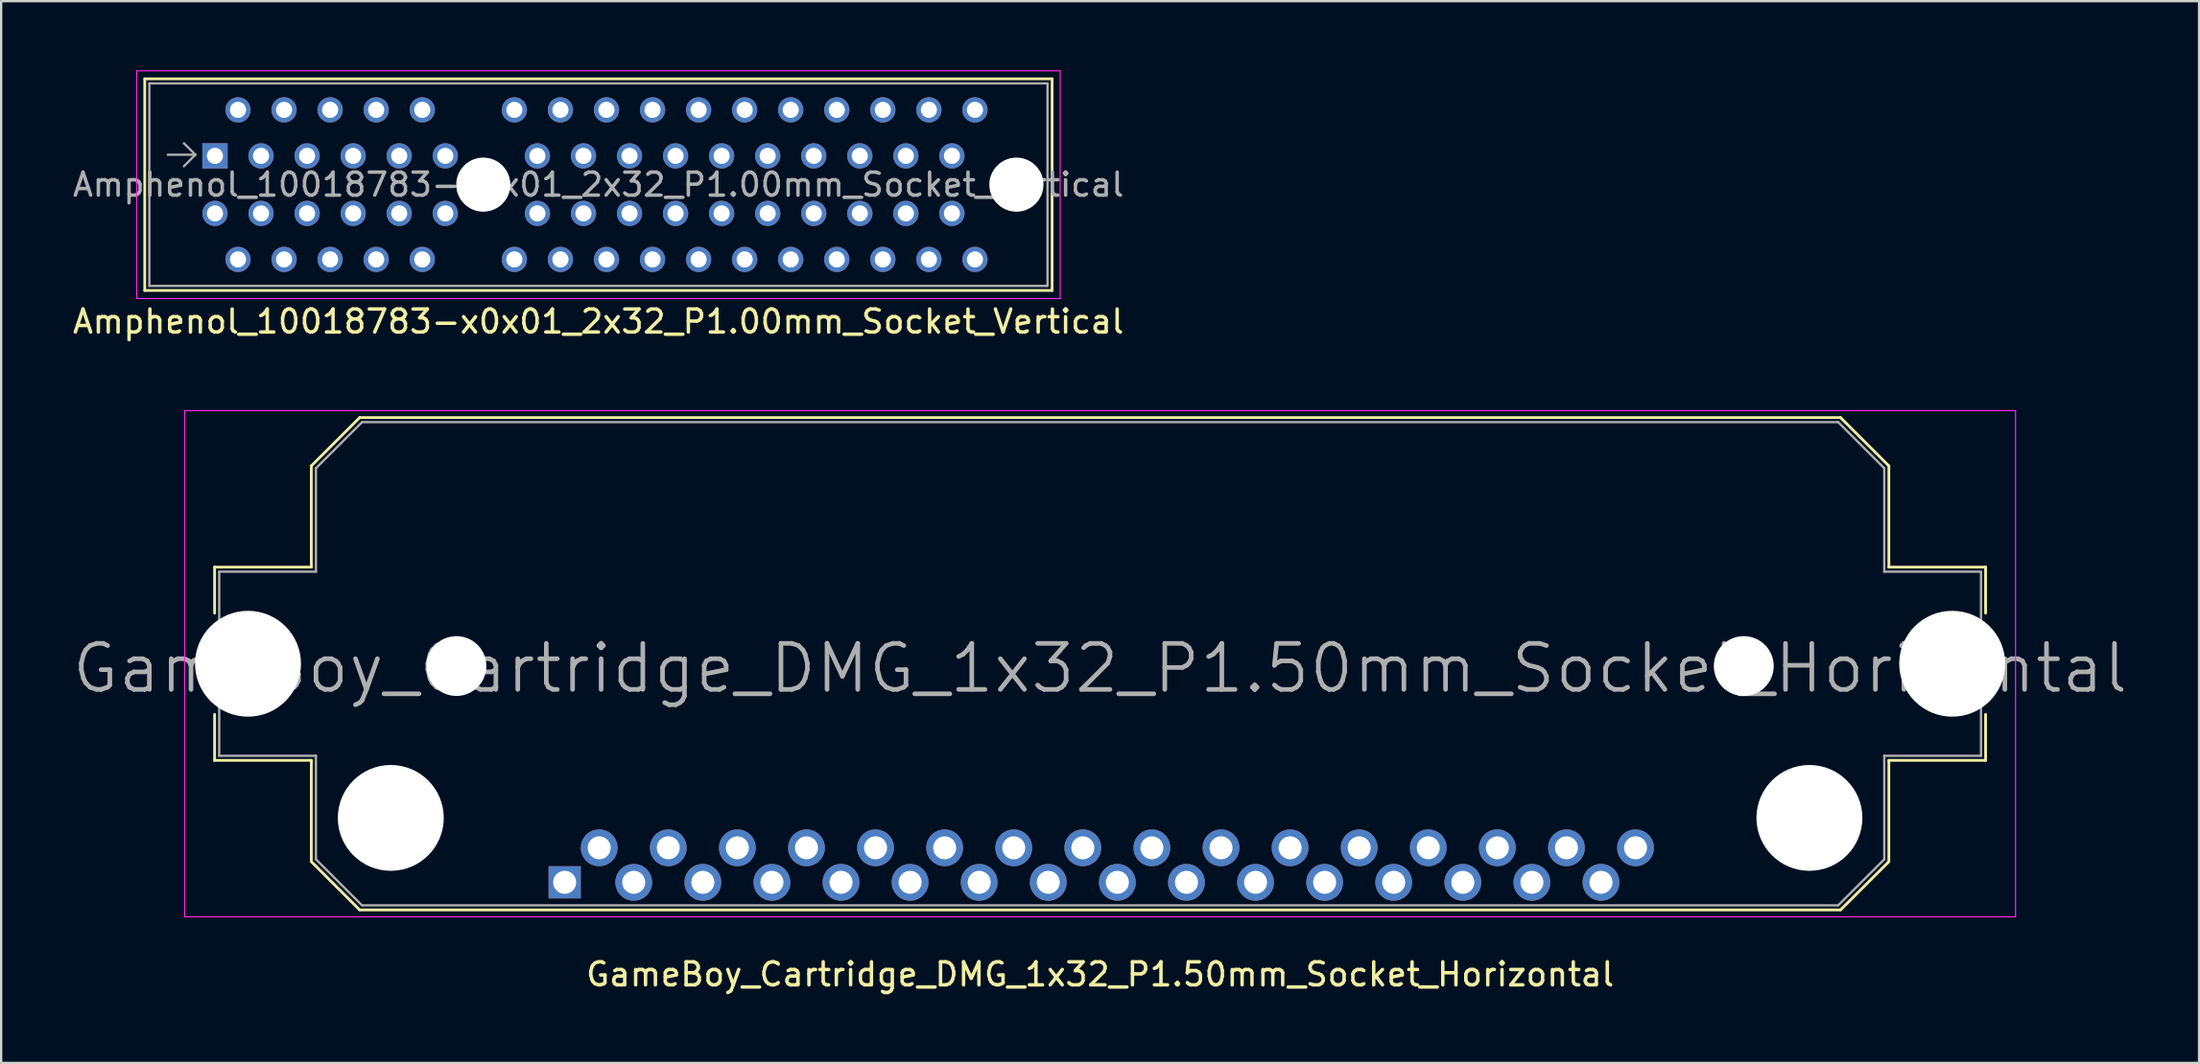
<source format=kicad_pcb>
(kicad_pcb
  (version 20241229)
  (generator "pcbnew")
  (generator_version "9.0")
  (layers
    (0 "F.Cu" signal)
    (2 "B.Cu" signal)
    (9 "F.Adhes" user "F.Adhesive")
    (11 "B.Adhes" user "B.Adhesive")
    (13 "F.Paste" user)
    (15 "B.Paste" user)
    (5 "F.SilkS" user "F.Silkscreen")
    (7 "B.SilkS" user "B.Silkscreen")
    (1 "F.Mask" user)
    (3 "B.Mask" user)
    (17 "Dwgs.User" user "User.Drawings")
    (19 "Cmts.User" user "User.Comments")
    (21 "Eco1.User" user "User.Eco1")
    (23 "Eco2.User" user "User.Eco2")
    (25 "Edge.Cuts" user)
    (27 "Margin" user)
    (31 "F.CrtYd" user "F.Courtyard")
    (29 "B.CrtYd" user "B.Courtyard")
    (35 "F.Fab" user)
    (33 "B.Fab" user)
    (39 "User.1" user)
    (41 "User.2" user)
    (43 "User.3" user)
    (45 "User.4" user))
  (footprint "Amphenol_10018783-x0x01_2x32_P1.00mm_Socket_Vertical"
    (layer "F.Cu")
    (at 6.285 3.725)
    (property "Reference" "Amphenol_10018783-x0x01_2x32_P1.00mm_Socket_Vertical" (at 16.65 7.2 0) (layer "F.SilkS") (effects (font (size 1 1) (thickness 0.15))))
    (attr through_hole)
    (fp_line (start -3.05 -3.35) (end -3.05 5.85) (stroke (width 0.12) (type solid)) (layer "F.SilkS"))
    (fp_line (start -3.05 5.85) (end 36.35 5.85) (stroke (width 0.12) (type solid)) (layer "F.SilkS"))
    (fp_line (start 36.35 -3.35) (end -3.05 -3.35) (stroke (width 0.12) (type solid)) (layer "F.SilkS"))
    (fp_line (start 36.35 5.85) (end 36.35 -3.35) (stroke (width 0.12) (type solid)) (layer "F.SilkS"))
    (fp_line (start -3.4 -3.7) (end -3.4 6.2) (stroke (width 0.05) (type solid)) (layer "F.CrtYd"))
    (fp_line (start -3.4 6.2) (end 36.7 6.2) (stroke (width 0.05) (type solid)) (layer "F.CrtYd"))
    (fp_line (start 36.7 -3.7) (end -3.4 -3.7) (stroke (width 0.05) (type solid)) (layer "F.CrtYd"))
    (fp_line (start 36.7 6.2) (end 36.7 -3.7) (stroke (width 0.05) (type solid)) (layer "F.CrtYd"))
    (fp_line (start -2.85 -3.15) (end -2.85 5.65) (stroke (width 0.1) (type solid)) (layer "F.Fab"))
    (fp_line (start -0.85 -0.05) (end -2.05 -0.05) (stroke (width 0.1) (type solid)) (layer "F.Fab"))
    (fp_line (start -0.85 -0.05) (end -1.35 -0.55) (stroke (width 0.1) (type solid)) (layer "F.Fab"))
    (fp_line (start -0.85 -0.05) (end -1.35 0.45) (stroke (width 0.1) (type solid)) (layer "F.Fab"))
    (fp_line (start 36.15 -3.15) (end -2.85 -3.15) (stroke (width 0.1) (type solid)) (layer "F.Fab"))
    (fp_line (start 36.15 -3.15) (end 36.15 5.65) (stroke (width 0.1) (type solid)) (layer "F.Fab"))
    (fp_line (start 36.15 5.65) (end -2.85 5.65) (stroke (width 0.1) (type solid)) (layer "F.Fab"))
    (fp_text user "${REFERENCE}" (at 16.65 1.25 0) (layer "F.Fab") (effects (font (size 1 1) (thickness 0.15))))
    (pad "" np_thru_hole circle (at 11.65 1.25) (size 2.35 2.35) (drill 2.35) (layers "*.Cu" "*.Mask"))
    (pad "" np_thru_hole circle (at 34.8 1.25) (size 2.35 2.35) (drill 2.35) (layers "*.Cu" "*.Mask"))
    (pad "A1" thru_hole rect (at 0 0) (size 1.1 1.1) (drill 0.7) (layers "*.Cu" "*.Mask"))
    (pad "A2" thru_hole circle (at 1 -2) (size 1.1 1.1) (drill 0.7) (layers "*.Cu" "*.Mask"))
    (pad "A3" thru_hole circle (at 2 0) (size 1.1 1.1) (drill 0.7) (layers "*.Cu" "*.Mask"))
    (pad "A4" thru_hole circle (at 3 -2) (size 1.1 1.1) (drill 0.7) (layers "*.Cu" "*.Mask"))
    (pad "A5" thru_hole circle (at 4 0) (size 1.1 1.1) (drill 0.7) (layers "*.Cu" "*.Mask"))
    (pad "A6" thru_hole circle (at 5 -2) (size 1.1 1.1) (drill 0.7) (layers "*.Cu" "*.Mask"))
    (pad "A7" thru_hole circle (at 6 0) (size 1.1 1.1) (drill 0.7) (layers "*.Cu" "*.Mask"))
    (pad "A8" thru_hole circle (at 7 -2) (size 1.1 1.1) (drill 0.7) (layers "*.Cu" "*.Mask"))
    (pad "A9" thru_hole circle (at 8 0) (size 1.1 1.1) (drill 0.7) (layers "*.Cu" "*.Mask"))
    (pad "A10" thru_hole circle (at 9 -2) (size 1.1 1.1) (drill 0.7) (layers "*.Cu" "*.Mask"))
    (pad "A11" thru_hole circle (at 10 0) (size 1.1 1.1) (drill 0.7) (layers "*.Cu" "*.Mask"))
    (pad "A12" thru_hole circle (at 13 -2) (size 1.1 1.1) (drill 0.7) (layers "*.Cu" "*.Mask"))
    (pad "A13" thru_hole circle (at 14 0) (size 1.1 1.1) (drill 0.7) (layers "*.Cu" "*.Mask"))
    (pad "A14" thru_hole circle (at 15 -2) (size 1.1 1.1) (drill 0.7) (layers "*.Cu" "*.Mask"))
    (pad "A15" thru_hole circle (at 16 0) (size 1.1 1.1) (drill 0.7) (layers "*.Cu" "*.Mask"))
    (pad "A16" thru_hole circle (at 17 -2) (size 1.1 1.1) (drill 0.7) (layers "*.Cu" "*.Mask"))
    (pad "A17" thru_hole circle (at 18 0) (size 1.1 1.1) (drill 0.7) (layers "*.Cu" "*.Mask"))
    (pad "A18" thru_hole circle (at 19 -2) (size 1.1 1.1) (drill 0.7) (layers "*.Cu" "*.Mask"))
    (pad "A19" thru_hole circle (at 20 0) (size 1.1 1.1) (drill 0.7) (layers "*.Cu" "*.Mask"))
    (pad "A20" thru_hole circle (at 21 -2) (size 1.1 1.1) (drill 0.7) (layers "*.Cu" "*.Mask"))
    (pad "A21" thru_hole circle (at 22 0) (size 1.1 1.1) (drill 0.7) (layers "*.Cu" "*.Mask"))
    (pad "A22" thru_hole circle (at 23 -2) (size 1.1 1.1) (drill 0.7) (layers "*.Cu" "*.Mask"))
    (pad "A23" thru_hole circle (at 24 0) (size 1.1 1.1) (drill 0.7) (layers "*.Cu" "*.Mask"))
    (pad "A24" thru_hole circle (at 25 -2) (size 1.1 1.1) (drill 0.7) (layers "*.Cu" "*.Mask"))
    (pad "A25" thru_hole circle (at 26 0) (size 1.1 1.1) (drill 0.7) (layers "*.Cu" "*.Mask"))
    (pad "A26" thru_hole circle (at 27 -2) (size 1.1 1.1) (drill 0.7) (layers "*.Cu" "*.Mask"))
    (pad "A27" thru_hole circle (at 28 0) (size 1.1 1.1) (drill 0.7) (layers "*.Cu" "*.Mask"))
    (pad "A28" thru_hole circle (at 29 -2) (size 1.1 1.1) (drill 0.7) (layers "*.Cu" "*.Mask"))
    (pad "A29" thru_hole circle (at 30 0) (size 1.1 1.1) (drill 0.7) (layers "*.Cu" "*.Mask"))
    (pad "A30" thru_hole circle (at 31 -2) (size 1.1 1.1) (drill 0.7) (layers "*.Cu" "*.Mask"))
    (pad "A31" thru_hole circle (at 32 0) (size 1.1 1.1) (drill 0.7) (layers "*.Cu" "*.Mask"))
    (pad "A32" thru_hole circle (at 33 -2) (size 1.1 1.1) (drill 0.7) (layers "*.Cu" "*.Mask"))
    (pad "B1" thru_hole circle (at 0 2.5) (size 1.1 1.1) (drill 0.7) (layers "*.Cu" "*.Mask"))
    (pad "B2" thru_hole circle (at 1 4.5) (size 1.1 1.1) (drill 0.7) (layers "*.Cu" "*.Mask"))
    (pad "B3" thru_hole circle (at 2 2.5) (size 1.1 1.1) (drill 0.7) (layers "*.Cu" "*.Mask"))
    (pad "B4" thru_hole circle (at 3 4.5) (size 1.1 1.1) (drill 0.7) (layers "*.Cu" "*.Mask"))
    (pad "B5" thru_hole circle (at 4 2.5) (size 1.1 1.1) (drill 0.7) (layers "*.Cu" "*.Mask"))
    (pad "B6" thru_hole circle (at 5 4.5) (size 1.1 1.1) (drill 0.7) (layers "*.Cu" "*.Mask"))
    (pad "B7" thru_hole circle (at 6 2.5) (size 1.1 1.1) (drill 0.7) (layers "*.Cu" "*.Mask"))
    (pad "B8" thru_hole circle (at 7 4.5) (size 1.1 1.1) (drill 0.7) (layers "*.Cu" "*.Mask"))
    (pad "B9" thru_hole circle (at 8 2.5) (size 1.1 1.1) (drill 0.7) (layers "*.Cu" "*.Mask"))
    (pad "B10" thru_hole circle (at 9 4.5) (size 1.1 1.1) (drill 0.7) (layers "*.Cu" "*.Mask"))
    (pad "B11" thru_hole circle (at 10 2.5) (size 1.1 1.1) (drill 0.7) (layers "*.Cu" "*.Mask"))
    (pad "B12" thru_hole circle (at 13 4.5) (size 1.1 1.1) (drill 0.7) (layers "*.Cu" "*.Mask"))
    (pad "B13" thru_hole circle (at 14 2.5) (size 1.1 1.1) (drill 0.7) (layers "*.Cu" "*.Mask"))
    (pad "B14" thru_hole circle (at 15 4.5) (size 1.1 1.1) (drill 0.7) (layers "*.Cu" "*.Mask"))
    (pad "B15" thru_hole circle (at 16 2.5) (size 1.1 1.1) (drill 0.7) (layers "*.Cu" "*.Mask"))
    (pad "B16" thru_hole circle (at 17 4.5) (size 1.1 1.1) (drill 0.7) (layers "*.Cu" "*.Mask"))
    (pad "B17" thru_hole circle (at 18 2.5) (size 1.1 1.1) (drill 0.7) (layers "*.Cu" "*.Mask"))
    (pad "B18" thru_hole circle (at 19 4.5) (size 1.1 1.1) (drill 0.7) (layers "*.Cu" "*.Mask"))
    (pad "B19" thru_hole circle (at 20 2.5) (size 1.1 1.1) (drill 0.7) (layers "*.Cu" "*.Mask"))
    (pad "B20" thru_hole circle (at 21 4.5) (size 1.1 1.1) (drill 0.7) (layers "*.Cu" "*.Mask"))
    (pad "B21" thru_hole circle (at 22 2.5) (size 1.1 1.1) (drill 0.7) (layers "*.Cu" "*.Mask"))
    (pad "B22" thru_hole circle (at 23 4.5) (size 1.1 1.1) (drill 0.7) (layers "*.Cu" "*.Mask"))
    (pad "B23" thru_hole circle (at 24 2.5) (size 1.1 1.1) (drill 0.7) (layers "*.Cu" "*.Mask"))
    (pad "B24" thru_hole circle (at 25 4.5) (size 1.1 1.1) (drill 0.7) (layers "*.Cu" "*.Mask"))
    (pad "B25" thru_hole circle (at 26 2.5) (size 1.1 1.1) (drill 0.7) (layers "*.Cu" "*.Mask"))
    (pad "B26" thru_hole circle (at 27 4.5) (size 1.1 1.1) (drill 0.7) (layers "*.Cu" "*.Mask"))
    (pad "B27" thru_hole circle (at 28 2.5) (size 1.1 1.1) (drill 0.7) (layers "*.Cu" "*.Mask"))
    (pad "B28" thru_hole circle (at 29 4.5) (size 1.1 1.1) (drill 0.7) (layers "*.Cu" "*.Mask"))
    (pad "B29" thru_hole circle (at 30 2.5) (size 1.1 1.1) (drill 0.7) (layers "*.Cu" "*.Mask"))
    (pad "B30" thru_hole circle (at 31 4.5) (size 1.1 1.1) (drill 0.7) (layers "*.Cu" "*.Mask"))
    (pad "B31" thru_hole circle (at 32 2.5) (size 1.1 1.1) (drill 0.7) (layers "*.Cu" "*.Mask"))
    (pad "B32" thru_hole circle (at 33 4.5) (size 1.1 1.1) (drill 0.7) (layers "*.Cu" "*.Mask")))
  (footprint "GameBoy_Cartridge_DMG_1x32_P1.50mm_Socket_Horizontal"
    (layer "F.Cu")
    (at 21.469 35.298)
    (property "Reference" "GameBoy_Cartridge_DMG_1x32_P1.50mm_Socket_Horizontal" (at 23.25 4 0) (layer "F.SilkS") (effects (font (size 1 1) (thickness 0.15))))
    (attr through_hole)
    (fp_line (start -15.2 -13.7) (end -15.2 -11.7) (stroke (width 0.12) (type solid)) (layer "F.SilkS"))
    (fp_line (start -15.2 -13.7) (end -11 -13.7) (stroke (width 0.12) (type solid)) (layer "F.SilkS"))
    (fp_line (start -15.2 -7.3) (end -15.2 -5.3) (stroke (width 0.12) (type solid)) (layer "F.SilkS"))
    (fp_line (start -11 -18.1) (end -8.9 -20.2) (stroke (width 0.12) (type solid)) (layer "F.SilkS"))
    (fp_line (start -11 -13.7) (end -11 -18.1) (stroke (width 0.12) (type solid)) (layer "F.SilkS"))
    (fp_line (start -11 -5.3) (end -15.2 -5.3) (stroke (width 0.12) (type solid)) (layer "F.SilkS"))
    (fp_line (start -11 -0.9) (end -11 -5.3) (stroke (width 0.12) (type solid)) (layer "F.SilkS"))
    (fp_line (start -11 -0.9) (end -8.9 1.2) (stroke (width 0.12) (type solid)) (layer "F.SilkS"))
    (fp_line (start -8.9 -20.2) (end 55.4 -20.2) (stroke (width 0.12) (type solid)) (layer "F.SilkS"))
    (fp_line (start 55.4 -20.2) (end 57.5 -18.1) (stroke (width 0.12) (type solid)) (layer "F.SilkS"))
    (fp_line (start 55.4 1.2) (end -8.9 1.2) (stroke (width 0.12) (type solid)) (layer "F.SilkS"))
    (fp_line (start 57.5 -18.1) (end 57.5 -13.7) (stroke (width 0.12) (type solid)) (layer "F.SilkS"))
    (fp_line (start 57.5 -13.7) (end 61.7 -13.7) (stroke (width 0.12) (type solid)) (layer "F.SilkS"))
    (fp_line (start 57.5 -5.3) (end 57.5 -0.9) (stroke (width 0.12) (type solid)) (layer "F.SilkS"))
    (fp_line (start 57.5 -0.9) (end 55.4 1.2) (stroke (width 0.12) (type solid)) (layer "F.SilkS"))
    (fp_line (start 61.7 -13.7) (end 61.7 -11.7) (stroke (width 0.12) (type solid)) (layer "F.SilkS"))
    (fp_line (start 61.7 -7.3) (end 61.7 -5.3) (stroke (width 0.12) (type solid)) (layer "F.SilkS"))
    (fp_line (start 61.7 -5.3) (end 57.5 -5.3) (stroke (width 0.12) (type solid)) (layer "F.SilkS"))
    (fp_line (start -16.5 -20.5) (end -16.5 1.5) (stroke (width 0.05) (type solid)) (layer "F.CrtYd"))
    (fp_line (start 63 -20.5) (end -16.5 -20.5) (stroke (width 0.05) (type solid)) (layer "F.CrtYd"))
    (fp_line (start 63 -20.5) (end 63 1.5) (stroke (width 0.05) (type solid)) (layer "F.CrtYd"))
    (fp_line (start 63 1.5) (end -16.5 1.5) (stroke (width 0.05) (type solid)) (layer "F.CrtYd"))
    (fp_line (start -15 -13.5) (end -10.8 -13.5) (stroke (width 0.1) (type solid)) (layer "F.Fab"))
    (fp_line (start -15 -5.5) (end -15 -13.5) (stroke (width 0.1) (type solid)) (layer "F.Fab"))
    (fp_line (start -15 -5.5) (end -10.8 -5.5) (stroke (width 0.1) (type solid)) (layer "F.Fab"))
    (fp_line (start -10.8 -13.5) (end -10.8 -18) (stroke (width 0.1) (type solid)) (layer "F.Fab"))
    (fp_line (start -10.8 -5.5) (end -10.8 -1) (stroke (width 0.1) (type solid)) (layer "F.Fab"))
    (fp_line (start -10.8 -1) (end -8.8 1) (stroke (width 0.1) (type solid)) (layer "F.Fab"))
    (fp_line (start -8.8 -20) (end -10.8 -18) (stroke (width 0.1) (type solid)) (layer "F.Fab"))
    (fp_line (start -8.8 -20) (end 55.3 -20) (stroke (width 0.1) (type solid)) (layer "F.Fab"))
    (fp_line (start -8.8 1) (end 55.3 1) (stroke (width 0.1) (type solid)) (layer "F.Fab"))
    (fp_line (start 55.3 1) (end 57.3 -1) (stroke (width 0.1) (type solid)) (layer "F.Fab"))
    (fp_line (start 57.3 -18) (end 55.3 -20) (stroke (width 0.1) (type solid)) (layer "F.Fab"))
    (fp_line (start 57.3 -13.5) (end 57.3 -18) (stroke (width 0.1) (type solid)) (layer "F.Fab"))
    (fp_line (start 57.3 -13.5) (end 61.5 -13.5) (stroke (width 0.1) (type solid)) (layer "F.Fab"))
    (fp_line (start 57.3 -5.5) (end 57.3 -1) (stroke (width 0.1) (type solid)) (layer "F.Fab"))
    (fp_line (start 57.3 -5.5) (end 61.5 -5.5) (stroke (width 0.1) (type solid)) (layer "F.Fab"))
    (fp_line (start 61.5 -5.5) (end 61.5 -13.5) (stroke (width 0.1) (type solid)) (layer "F.Fab"))
    (fp_text user "${REFERENCE}" (at 23.25 -9.3 0) (layer "F.Fab") (effects (font (size 2 2) (thickness 0.2))))
    (pad "" np_thru_hole circle (at -13.75 -9.5) (size 4.6 4.6) (drill 4.6) (layers "*.Cu" "*.Mask"))
    (pad "" np_thru_hole circle (at -7.55 -2.8) (size 4.6 4.6) (drill 4.6) (layers "*.Cu" "*.Mask"))
    (pad "" np_thru_hole circle (at -4.7 -9.4) (size 2.6 2.6) (drill 2.6) (layers "*.Cu" "*.Mask"))
    (pad "" np_thru_hole circle (at 51.2 -9.4) (size 2.6 2.6) (drill 2.6) (layers "*.Cu" "*.Mask"))
    (pad "" np_thru_hole circle (at 54.05 -2.8) (size 4.6 4.6) (drill 4.6) (layers "*.Cu" "*.Mask"))
    (pad "" np_thru_hole circle (at 60.25 -9.5) (size 4.6 4.6) (drill 4.6) (layers "*.Cu" "*.Mask"))
    (pad "1" thru_hole rect (at 0 0) (size 1.4 1.4) (drill 1) (layers "*.Cu" "*.Mask"))
    (pad "2" thru_hole circle (at 1.5 -1.5) (size 1.6 1.6) (drill 1) (layers "*.Cu" "*.Mask"))
    (pad "3" thru_hole circle (at 3 0) (size 1.6 1.6) (drill 1) (layers "*.Cu" "*.Mask"))
    (pad "4" thru_hole circle (at 4.5 -1.5) (size 1.6 1.6) (drill 1) (layers "*.Cu" "*.Mask"))
    (pad "5" thru_hole circle (at 6 0) (size 1.6 1.6) (drill 1) (layers "*.Cu" "*.Mask"))
    (pad "6" thru_hole circle (at 7.5 -1.5) (size 1.6 1.6) (drill 1) (layers "*.Cu" "*.Mask"))
    (pad "7" thru_hole circle (at 9 0) (size 1.6 1.6) (drill 1) (layers "*.Cu" "*.Mask"))
    (pad "8" thru_hole circle (at 10.5 -1.5) (size 1.6 1.6) (drill 1) (layers "*.Cu" "*.Mask"))
    (pad "9" thru_hole circle (at 12 0) (size 1.6 1.6) (drill 1) (layers "*.Cu" "*.Mask"))
    (pad "10" thru_hole circle (at 13.5 -1.5) (size 1.6 1.6) (drill 1) (layers "*.Cu" "*.Mask"))
    (pad "11" thru_hole circle (at 15 0) (size 1.6 1.6) (drill 1) (layers "*.Cu" "*.Mask"))
    (pad "12" thru_hole circle (at 16.5 -1.5) (size 1.6 1.6) (drill 1) (layers "*.Cu" "*.Mask"))
    (pad "13" thru_hole circle (at 18 0) (size 1.6 1.6) (drill 1) (layers "*.Cu" "*.Mask"))
    (pad "14" thru_hole circle (at 19.5 -1.5) (size 1.6 1.6) (drill 1) (layers "*.Cu" "*.Mask"))
    (pad "15" thru_hole circle (at 21 0) (size 1.6 1.6) (drill 1) (layers "*.Cu" "*.Mask"))
    (pad "16" thru_hole circle (at 22.5 -1.5) (size 1.6 1.6) (drill 1) (layers "*.Cu" "*.Mask"))
    (pad "17" thru_hole circle (at 24 0) (size 1.6 1.6) (drill 1) (layers "*.Cu" "*.Mask"))
    (pad "18" thru_hole circle (at 25.5 -1.5) (size 1.6 1.6) (drill 1) (layers "*.Cu" "*.Mask"))
    (pad "19" thru_hole circle (at 27 0) (size 1.6 1.6) (drill 1) (layers "*.Cu" "*.Mask"))
    (pad "20" thru_hole circle (at 28.5 -1.5) (size 1.6 1.6) (drill 1) (layers "*.Cu" "*.Mask"))
    (pad "21" thru_hole circle (at 30 0) (size 1.6 1.6) (drill 1) (layers "*.Cu" "*.Mask"))
    (pad "22" thru_hole circle (at 31.5 -1.5) (size 1.6 1.6) (drill 1) (layers "*.Cu" "*.Mask"))
    (pad "23" thru_hole circle (at 33 0) (size 1.6 1.6) (drill 1) (layers "*.Cu" "*.Mask"))
    (pad "24" thru_hole circle (at 34.5 -1.5) (size 1.6 1.6) (drill 1) (layers "*.Cu" "*.Mask"))
    (pad "25" thru_hole circle (at 36 0) (size 1.6 1.6) (drill 1) (layers "*.Cu" "*.Mask"))
    (pad "26" thru_hole circle (at 37.5 -1.5) (size 1.6 1.6) (drill 1) (layers "*.Cu" "*.Mask"))
    (pad "27" thru_hole circle (at 39 0) (size 1.6 1.6) (drill 1) (layers "*.Cu" "*.Mask"))
    (pad "28" thru_hole circle (at 40.5 -1.5) (size 1.6 1.6) (drill 1) (layers "*.Cu" "*.Mask"))
    (pad "29" thru_hole circle (at 42 0) (size 1.6 1.6) (drill 1) (layers "*.Cu" "*.Mask"))
    (pad "30" thru_hole circle (at 43.5 -1.5) (size 1.6 1.6) (drill 1) (layers "*.Cu" "*.Mask"))
    (pad "31" thru_hole circle (at 45 0) (size 1.6 1.6) (drill 1) (layers "*.Cu" "*.Mask"))
    (pad "32" thru_hole circle (at 46.5 -1.5) (size 1.6 1.6) (drill 1) (layers "*.Cu" "*.Mask")))
  (gr_rect
    (start -3 -3)
    (end 92.438 43.147)
    (stroke (width 0.1) (type default))
    (fill no)
    (layer "Edge.Cuts")))
</source>
